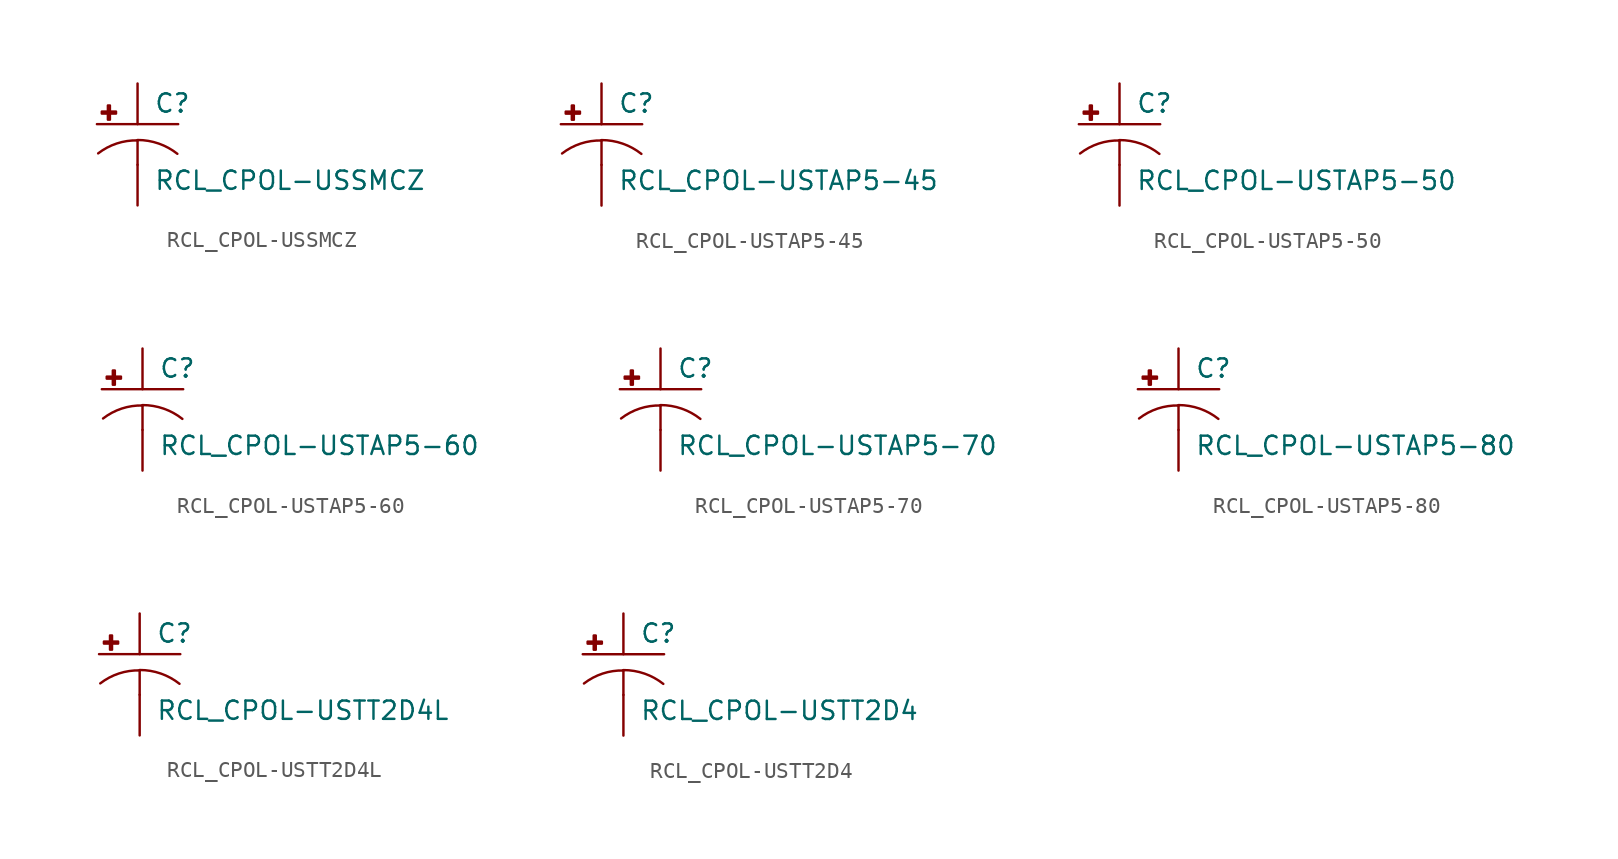
<source format=kicad_sym>
(kicad_symbol_lib
  (version 20210619)
  (generator kicad_symbol_editor)
  (symbol "RCL_CPOL-USSMCZ"
    (pin_numbers hide)
    (pin_names
      (offset 1.016) hide)
    (property "Reference" "C"
      (at 1.016 0.635 0)
      (effects (font (size 1.143 1.143)) (justify left bottom)))
    (property "Value" "RCL_CPOL-USSMCZ"
      (at 1.016 -4.191 0)
      (effects (font (size 1.143 1.143)) (justify left bottom)))
    (property "ki_locked" ""
      (at 0 0 0)
      (effects (font (size 1.27 1.27))))
    (symbol "RCL_CPOL-USSMCZ_1_0"
      (polyline (pts (xy -2.54 0) (xy 2.54 0)) (stroke (width 0)) (fill (type none)))
      (polyline (pts (xy 0 -1.016) (xy 0 -2.54)) (stroke (width 0)) (fill (type none)))
      (polyline (pts (xy 0 -1.016) (xy 0 -1.016)) (stroke (width 0)) (fill (type none))))
    (symbol "RCL_CPOL-USSMCZ_1_1"
      (arc (start 0 -1.016) (end -2.4638 -1.8288) (radius (at 0 -5.0546) (length 4.0386) (angles 90.1 127.3)) (stroke (width 0)) (fill (type none)))
      (arc (start 2.4892 -1.8542) (end 0 -0.9906) (radius (at 0 -5.0292) (length 4.0386) (angles 52.3 89.9)) (stroke (width 0)) (fill (type none)))
      (rectangle (start -2.235 0.66) (end -1.346 0.787) (stroke (width 0)) (fill (type outline)))
      (rectangle (start -1.854 0.279) (end -1.727 1.168) (stroke (width 0)) (fill (type outline)))
      (pin passive line (at 0 2.54 270) (length 2.54) (name "+" (effects (font (size 1.016 1.016)))) (number "+" (effects (font (size 1.016 1.016)))))
      (pin passive line (at 0 -5.08 90) (length 2.54) (name "-" (effects (font (size 1.016 1.016)))) (number "-" (effects (font (size 1.016 1.016)))))))
  (symbol "RCL_CPOL-USTAP5-45"
    (pin_numbers hide)
    (pin_names
      (offset 1.016) hide)
    (property "Reference" "C"
      (at 1.016 0.635 0)
      (effects (font (size 1.143 1.143)) (justify left bottom)))
    (property "Value" "RCL_CPOL-USTAP5-45"
      (at 1.016 -4.191 0)
      (effects (font (size 1.143 1.143)) (justify left bottom)))
    (property "ki_locked" ""
      (at 0 0 0)
      (effects (font (size 1.27 1.27))))
    (symbol "RCL_CPOL-USTAP5-45_1_0"
      (polyline (pts (xy -2.54 0) (xy 2.54 0)) (stroke (width 0)) (fill (type none)))
      (polyline (pts (xy 0 -1.016) (xy 0 -2.54)) (stroke (width 0)) (fill (type none)))
      (polyline (pts (xy 0 -1.016) (xy 0 -1.016)) (stroke (width 0)) (fill (type none))))
    (symbol "RCL_CPOL-USTAP5-45_1_1"
      (arc (start 0 -1.016) (end -2.4638 -1.8288) (radius (at 0 -5.0546) (length 4.0386) (angles 90.1 127.3)) (stroke (width 0)) (fill (type none)))
      (arc (start 2.4892 -1.8542) (end 0 -0.9906) (radius (at 0 -5.0292) (length 4.0386) (angles 52.3 89.9)) (stroke (width 0)) (fill (type none)))
      (rectangle (start -2.235 0.66) (end -1.346 0.787) (stroke (width 0)) (fill (type outline)))
      (rectangle (start -1.854 0.279) (end -1.727 1.168) (stroke (width 0)) (fill (type outline)))
      (pin passive line (at 0 2.54 270) (length 2.54) (name "+" (effects (font (size 1.016 1.016)))) (number "+" (effects (font (size 1.016 1.016)))))
      (pin passive line (at 0 -5.08 90) (length 2.54) (name "-" (effects (font (size 1.016 1.016)))) (number "-" (effects (font (size 1.016 1.016)))))))
  (symbol "RCL_CPOL-USTAP5-50"
    (pin_numbers hide)
    (pin_names
      (offset 1.016) hide)
    (property "Reference" "C"
      (at 1.016 0.635 0)
      (effects (font (size 1.143 1.143)) (justify left bottom)))
    (property "Value" "RCL_CPOL-USTAP5-50"
      (at 1.016 -4.191 0)
      (effects (font (size 1.143 1.143)) (justify left bottom)))
    (property "ki_locked" ""
      (at 0 0 0)
      (effects (font (size 1.27 1.27))))
    (symbol "RCL_CPOL-USTAP5-50_1_0"
      (polyline (pts (xy -2.54 0) (xy 2.54 0)) (stroke (width 0)) (fill (type none)))
      (polyline (pts (xy 0 -1.016) (xy 0 -2.54)) (stroke (width 0)) (fill (type none)))
      (polyline (pts (xy 0 -1.016) (xy 0 -1.016)) (stroke (width 0)) (fill (type none))))
    (symbol "RCL_CPOL-USTAP5-50_1_1"
      (arc (start 0 -1.016) (end -2.4638 -1.8288) (radius (at 0 -5.0546) (length 4.0386) (angles 90.1 127.3)) (stroke (width 0)) (fill (type none)))
      (arc (start 2.4892 -1.8542) (end 0 -0.9906) (radius (at 0 -5.0292) (length 4.0386) (angles 52.3 89.9)) (stroke (width 0)) (fill (type none)))
      (rectangle (start -2.235 0.66) (end -1.346 0.787) (stroke (width 0)) (fill (type outline)))
      (rectangle (start -1.854 0.279) (end -1.727 1.168) (stroke (width 0)) (fill (type outline)))
      (pin passive line (at 0 2.54 270) (length 2.54) (name "+" (effects (font (size 1.016 1.016)))) (number "+" (effects (font (size 1.016 1.016)))))
      (pin passive line (at 0 -5.08 90) (length 2.54) (name "-" (effects (font (size 1.016 1.016)))) (number "-" (effects (font (size 1.016 1.016)))))))
  (symbol "RCL_CPOL-USTAP5-60"
    (pin_numbers hide)
    (pin_names
      (offset 1.016) hide)
    (property "Reference" "C"
      (at 1.016 0.635 0)
      (effects (font (size 1.143 1.143)) (justify left bottom)))
    (property "Value" "RCL_CPOL-USTAP5-60"
      (at 1.016 -4.191 0)
      (effects (font (size 1.143 1.143)) (justify left bottom)))
    (property "ki_locked" ""
      (at 0 0 0)
      (effects (font (size 1.27 1.27))))
    (symbol "RCL_CPOL-USTAP5-60_1_0"
      (polyline (pts (xy -2.54 0) (xy 2.54 0)) (stroke (width 0)) (fill (type none)))
      (polyline (pts (xy 0 -1.016) (xy 0 -2.54)) (stroke (width 0)) (fill (type none)))
      (polyline (pts (xy 0 -1.016) (xy 0 -1.016)) (stroke (width 0)) (fill (type none))))
    (symbol "RCL_CPOL-USTAP5-60_1_1"
      (arc (start 0 -1.016) (end -2.4638 -1.8288) (radius (at 0 -5.0546) (length 4.0386) (angles 90.1 127.3)) (stroke (width 0)) (fill (type none)))
      (arc (start 2.4892 -1.8542) (end 0 -0.9906) (radius (at 0 -5.0292) (length 4.0386) (angles 52.3 89.9)) (stroke (width 0)) (fill (type none)))
      (rectangle (start -2.235 0.66) (end -1.346 0.787) (stroke (width 0)) (fill (type outline)))
      (rectangle (start -1.854 0.279) (end -1.727 1.168) (stroke (width 0)) (fill (type outline)))
      (pin passive line (at 0 2.54 270) (length 2.54) (name "+" (effects (font (size 1.016 1.016)))) (number "+" (effects (font (size 1.016 1.016)))))
      (pin passive line (at 0 -5.08 90) (length 2.54) (name "-" (effects (font (size 1.016 1.016)))) (number "-" (effects (font (size 1.016 1.016)))))))
  (symbol "RCL_CPOL-USTAP5-70"
    (pin_numbers hide)
    (pin_names
      (offset 1.016) hide)
    (property "Reference" "C"
      (at 1.016 0.635 0)
      (effects (font (size 1.143 1.143)) (justify left bottom)))
    (property "Value" "RCL_CPOL-USTAP5-70"
      (at 1.016 -4.191 0)
      (effects (font (size 1.143 1.143)) (justify left bottom)))
    (property "ki_locked" ""
      (at 0 0 0)
      (effects (font (size 1.27 1.27))))
    (symbol "RCL_CPOL-USTAP5-70_1_0"
      (polyline (pts (xy -2.54 0) (xy 2.54 0)) (stroke (width 0)) (fill (type none)))
      (polyline (pts (xy 0 -1.016) (xy 0 -2.54)) (stroke (width 0)) (fill (type none)))
      (polyline (pts (xy 0 -1.016) (xy 0 -1.016)) (stroke (width 0)) (fill (type none))))
    (symbol "RCL_CPOL-USTAP5-70_1_1"
      (arc (start 0 -1.016) (end -2.4638 -1.8288) (radius (at 0 -5.0546) (length 4.0386) (angles 90.1 127.3)) (stroke (width 0)) (fill (type none)))
      (arc (start 2.4892 -1.8542) (end 0 -0.9906) (radius (at 0 -5.0292) (length 4.0386) (angles 52.3 89.9)) (stroke (width 0)) (fill (type none)))
      (rectangle (start -2.235 0.66) (end -1.346 0.787) (stroke (width 0)) (fill (type outline)))
      (rectangle (start -1.854 0.279) (end -1.727 1.168) (stroke (width 0)) (fill (type outline)))
      (pin passive line (at 0 2.54 270) (length 2.54) (name "+" (effects (font (size 1.016 1.016)))) (number "+" (effects (font (size 1.016 1.016)))))
      (pin passive line (at 0 -5.08 90) (length 2.54) (name "-" (effects (font (size 1.016 1.016)))) (number "-" (effects (font (size 1.016 1.016)))))))
  (symbol "RCL_CPOL-USTAP5-80"
    (pin_numbers hide)
    (pin_names
      (offset 1.016) hide)
    (property "Reference" "C"
      (at 1.016 0.635 0)
      (effects (font (size 1.143 1.143)) (justify left bottom)))
    (property "Value" "RCL_CPOL-USTAP5-80"
      (at 1.016 -4.191 0)
      (effects (font (size 1.143 1.143)) (justify left bottom)))
    (property "ki_locked" ""
      (at 0 0 0)
      (effects (font (size 1.27 1.27))))
    (symbol "RCL_CPOL-USTAP5-80_1_0"
      (polyline (pts (xy -2.54 0) (xy 2.54 0)) (stroke (width 0)) (fill (type none)))
      (polyline (pts (xy 0 -1.016) (xy 0 -2.54)) (stroke (width 0)) (fill (type none)))
      (polyline (pts (xy 0 -1.016) (xy 0 -1.016)) (stroke (width 0)) (fill (type none))))
    (symbol "RCL_CPOL-USTAP5-80_1_1"
      (arc (start 0 -1.016) (end -2.4638 -1.8288) (radius (at 0 -5.0546) (length 4.0386) (angles 90.1 127.3)) (stroke (width 0)) (fill (type none)))
      (arc (start 2.4892 -1.8542) (end 0 -0.9906) (radius (at 0 -5.0292) (length 4.0386) (angles 52.3 89.9)) (stroke (width 0)) (fill (type none)))
      (rectangle (start -2.235 0.66) (end -1.346 0.787) (stroke (width 0)) (fill (type outline)))
      (rectangle (start -1.854 0.279) (end -1.727 1.168) (stroke (width 0)) (fill (type outline)))
      (pin passive line (at 0 2.54 270) (length 2.54) (name "+" (effects (font (size 1.016 1.016)))) (number "+" (effects (font (size 1.016 1.016)))))
      (pin passive line (at 0 -5.08 90) (length 2.54) (name "-" (effects (font (size 1.016 1.016)))) (number "-" (effects (font (size 1.016 1.016)))))))
  (symbol "RCL_CPOL-USTT2D4L"
    (pin_numbers hide)
    (pin_names
      (offset 1.016) hide)
    (property "Reference" "C"
      (at 1.016 0.635 0)
      (effects (font (size 1.143 1.143)) (justify left bottom)))
    (property "Value" "RCL_CPOL-USTT2D4L"
      (at 1.016 -4.191 0)
      (effects (font (size 1.143 1.143)) (justify left bottom)))
    (property "ki_locked" ""
      (at 0 0 0)
      (effects (font (size 1.27 1.27))))
    (symbol "RCL_CPOL-USTT2D4L_1_0"
      (polyline (pts (xy -2.54 0) (xy 2.54 0)) (stroke (width 0)) (fill (type none)))
      (polyline (pts (xy 0 -1.016) (xy 0 -2.54)) (stroke (width 0)) (fill (type none)))
      (polyline (pts (xy 0 -1.016) (xy 0 -1.016)) (stroke (width 0)) (fill (type none))))
    (symbol "RCL_CPOL-USTT2D4L_1_1"
      (arc (start 0 -1.016) (end -2.4638 -1.8288) (radius (at 0 -5.0546) (length 4.0386) (angles 90.1 127.3)) (stroke (width 0)) (fill (type none)))
      (arc (start 2.4892 -1.8542) (end 0 -0.9906) (radius (at 0 -5.0292) (length 4.0386) (angles 52.3 89.9)) (stroke (width 0)) (fill (type none)))
      (rectangle (start -2.235 0.66) (end -1.346 0.787) (stroke (width 0)) (fill (type outline)))
      (rectangle (start -1.854 0.279) (end -1.727 1.168) (stroke (width 0)) (fill (type outline)))
      (pin passive line (at 0 2.54 270) (length 2.54) (name "+" (effects (font (size 1.016 1.016)))) (number "+" (effects (font (size 1.016 1.016)))))
      (pin passive line (at 0 -5.08 90) (length 2.54) (name "-" (effects (font (size 1.016 1.016)))) (number "-" (effects (font (size 1.016 1.016)))))))
  (symbol "RCL_CPOL-USTT2D4"
    (pin_numbers hide)
    (pin_names
      (offset 1.016) hide)
    (property "Reference" "C"
      (at 1.016 0.635 0)
      (effects (font (size 1.143 1.143)) (justify left bottom)))
    (property "Value" "RCL_CPOL-USTT2D4"
      (at 1.016 -4.191 0)
      (effects (font (size 1.143 1.143)) (justify left bottom)))
    (property "ki_locked" ""
      (at 0 0 0)
      (effects (font (size 1.27 1.27))))
    (symbol "RCL_CPOL-USTT2D4_1_0"
      (polyline (pts (xy -2.54 0) (xy 2.54 0)) (stroke (width 0)) (fill (type none)))
      (polyline (pts (xy 0 -1.016) (xy 0 -2.54)) (stroke (width 0)) (fill (type none)))
      (polyline (pts (xy 0 -1.016) (xy 0 -1.016)) (stroke (width 0)) (fill (type none))))
    (symbol "RCL_CPOL-USTT2D4_1_1"
      (arc (start 0 -1.016) (end -2.4638 -1.8288) (radius (at 0 -5.0546) (length 4.0386) (angles 90.1 127.3)) (stroke (width 0)) (fill (type none)))
      (arc (start 2.4892 -1.8542) (end 0 -0.9906) (radius (at 0 -5.0292) (length 4.0386) (angles 52.3 89.9)) (stroke (width 0)) (fill (type none)))
      (rectangle (start -2.235 0.66) (end -1.346 0.787) (stroke (width 0)) (fill (type outline)))
      (rectangle (start -1.854 0.279) (end -1.727 1.168) (stroke (width 0)) (fill (type outline)))
      (pin passive line (at 0 2.54 270) (length 2.54) (name "+" (effects (font (size 1.016 1.016)))) (number "+" (effects (font (size 1.016 1.016)))))
      (pin passive line (at 0 -5.08 90) (length 2.54) (name "-" (effects (font (size 1.016 1.016)))) (number "-" (effects (font (size 1.016 1.016))))))))
</source>
